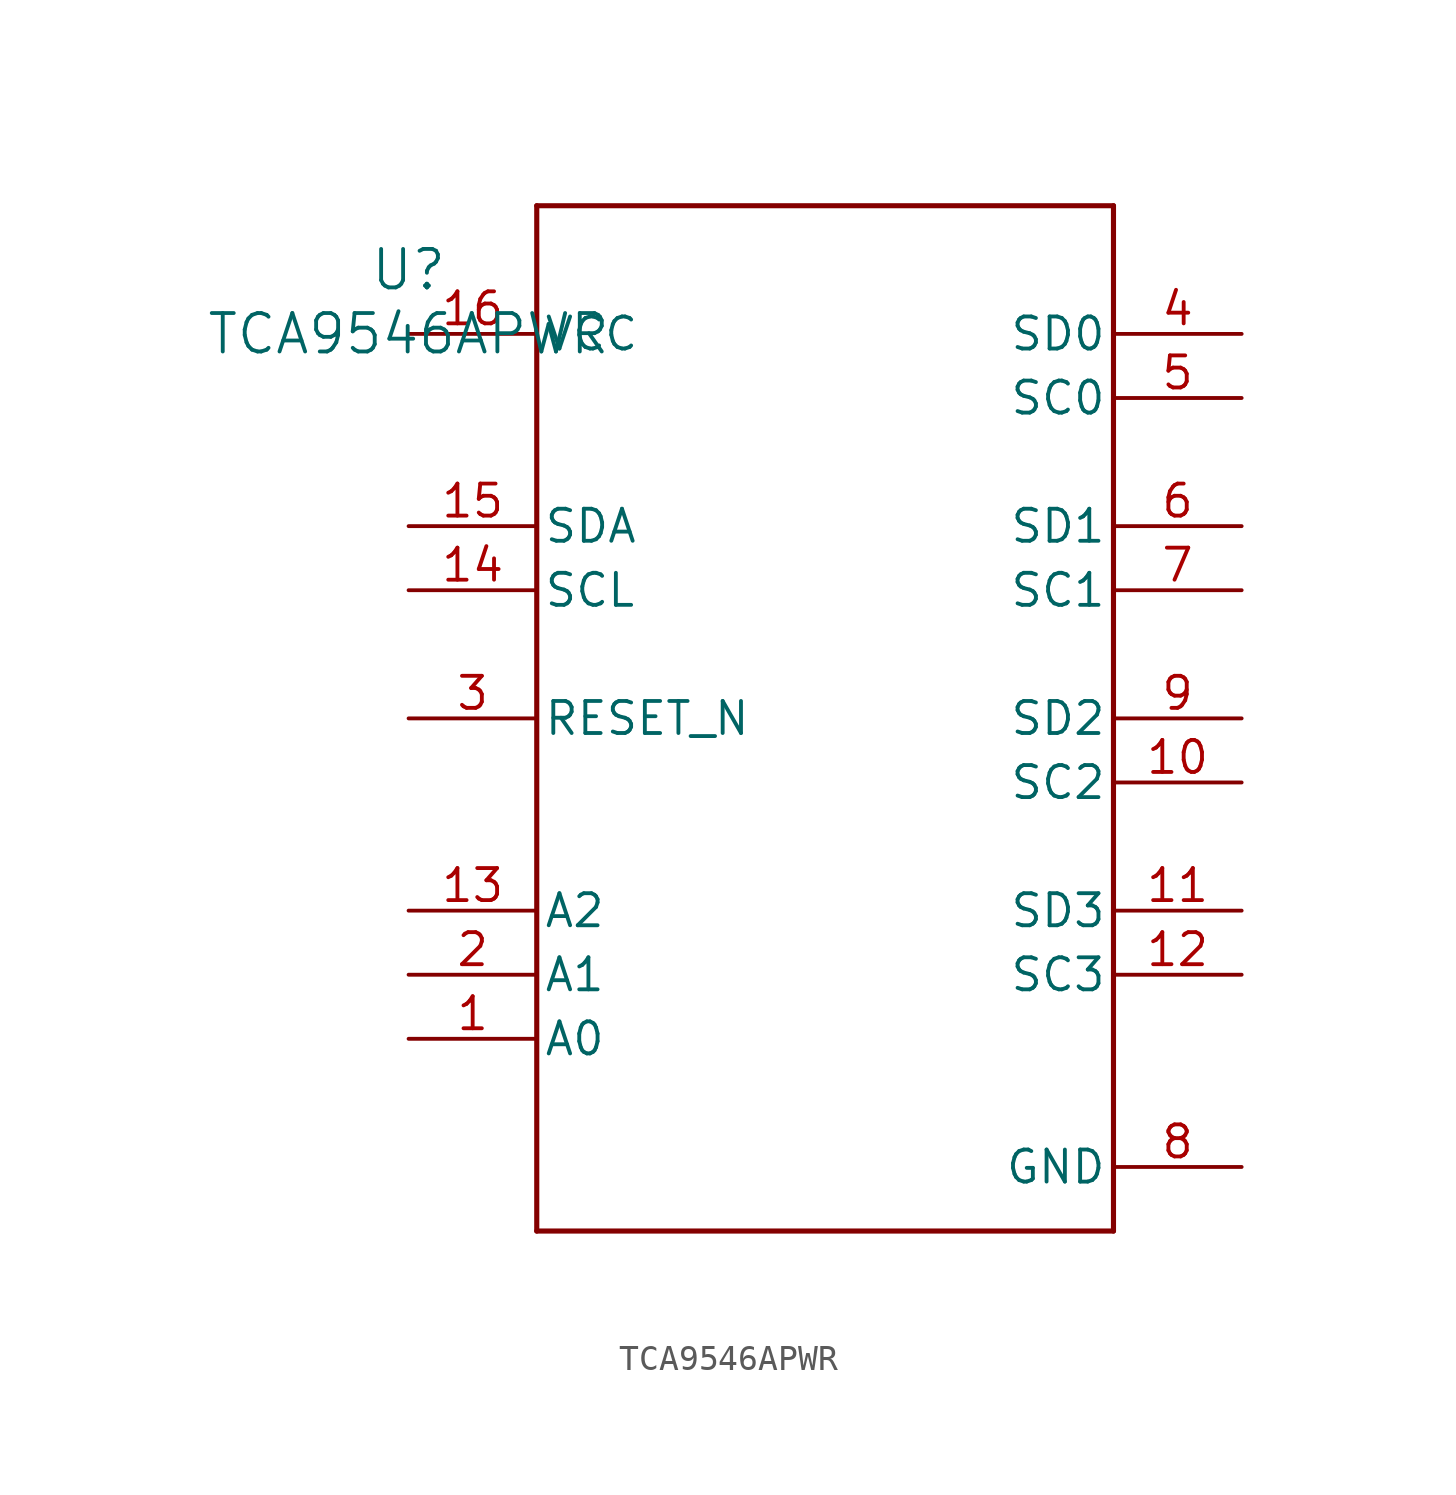
<source format=kicad_sym>
(kicad_symbol_lib
  (version 20231120)
  (generator "kicad_symbol_editor")
  (generator_version "8.0")
  (symbol "TCA9546APWR"
    (pin_names
      (offset 0.254))
    (property "Reference" "U"
      (at 0 2.54 0)
      (effects (font (size 1.524 1.524))))
    (property "Value" "TCA9546APWR"
      (at 0 0 0)
      (effects (font (size 1.524 1.524))))
    (property "ki_locked" ""
      (at 0 0 0)
      (effects (font (size 1.27 1.27))))
    (symbol "TCA9546APWR_0_1"
      (polyline (pts (xy 5.08 -35.56) (xy 27.94 -35.56)) (stroke (width 0.203) (type default)) (fill (type none)))
      (polyline (pts (xy 5.08 5.08) (xy 5.08 -35.56)) (stroke (width 0.203) (type default)) (fill (type none)))
      (polyline (pts (xy 27.94 -35.56) (xy 27.94 5.08)) (stroke (width 0.203) (type default)) (fill (type none)))
      (polyline (pts (xy 27.94 5.08) (xy 5.08 5.08)) (stroke (width 0.203) (type default)) (fill (type none)))
      (pin input line (at 0 -27.94 0) (length 5.08) (name "A0" (effects (font (size 1.27 1.27)))) (number "1" (effects (font (size 1.27 1.27)))))
      (pin bidirectional line (at 33.02 -17.78 180) (length 5.08) (name "SC2" (effects (font (size 1.27 1.27)))) (number "10" (effects (font (size 1.27 1.27)))))
      (pin bidirectional line (at 33.02 -22.86 180) (length 5.08) (name "SD3" (effects (font (size 1.27 1.27)))) (number "11" (effects (font (size 1.27 1.27)))))
      (pin bidirectional line (at 33.02 -25.4 180) (length 5.08) (name "SC3" (effects (font (size 1.27 1.27)))) (number "12" (effects (font (size 1.27 1.27)))))
      (pin input line (at 0 -22.86 0) (length 5.08) (name "A2" (effects (font (size 1.27 1.27)))) (number "13" (effects (font (size 1.27 1.27)))))
      (pin bidirectional line (at 0 -10.16 0) (length 5.08) (name "SCL" (effects (font (size 1.27 1.27)))) (number "14" (effects (font (size 1.27 1.27)))))
      (pin bidirectional line (at 0 -7.62 0) (length 5.08) (name "SDA" (effects (font (size 1.27 1.27)))) (number "15" (effects (font (size 1.27 1.27)))))
      (pin power_in line (at 0 0 0) (length 5.08) (name "VCC" (effects (font (size 1.27 1.27)))) (number "16" (effects (font (size 1.27 1.27)))))
      (pin input line (at 0 -25.4 0) (length 5.08) (name "A1" (effects (font (size 1.27 1.27)))) (number "2" (effects (font (size 1.27 1.27)))))
      (pin input line (at 0 -15.24 0) (length 5.08) (name "RESET_N" (effects (font (size 1.27 1.27)))) (number "3" (effects (font (size 1.27 1.27)))))
      (pin bidirectional line (at 33.02 0 180) (length 5.08) (name "SD0" (effects (font (size 1.27 1.27)))) (number "4" (effects (font (size 1.27 1.27)))))
      (pin bidirectional line (at 33.02 -2.54 180) (length 5.08) (name "SC0" (effects (font (size 1.27 1.27)))) (number "5" (effects (font (size 1.27 1.27)))))
      (pin bidirectional line (at 33.02 -7.62 180) (length 5.08) (name "SD1" (effects (font (size 1.27 1.27)))) (number "6" (effects (font (size 1.27 1.27)))))
      (pin bidirectional line (at 33.02 -10.16 180) (length 5.08) (name "SC1" (effects (font (size 1.27 1.27)))) (number "7" (effects (font (size 1.27 1.27)))))
      (pin power_in line (at 33.02 -33.02 180) (length 5.08) (name "GND" (effects (font (size 1.27 1.27)))) (number "8" (effects (font (size 1.27 1.27)))))
      (pin bidirectional line (at 33.02 -15.24 180) (length 5.08) (name "SD2" (effects (font (size 1.27 1.27)))) (number "9" (effects (font (size 1.27 1.27))))))))
</source>
